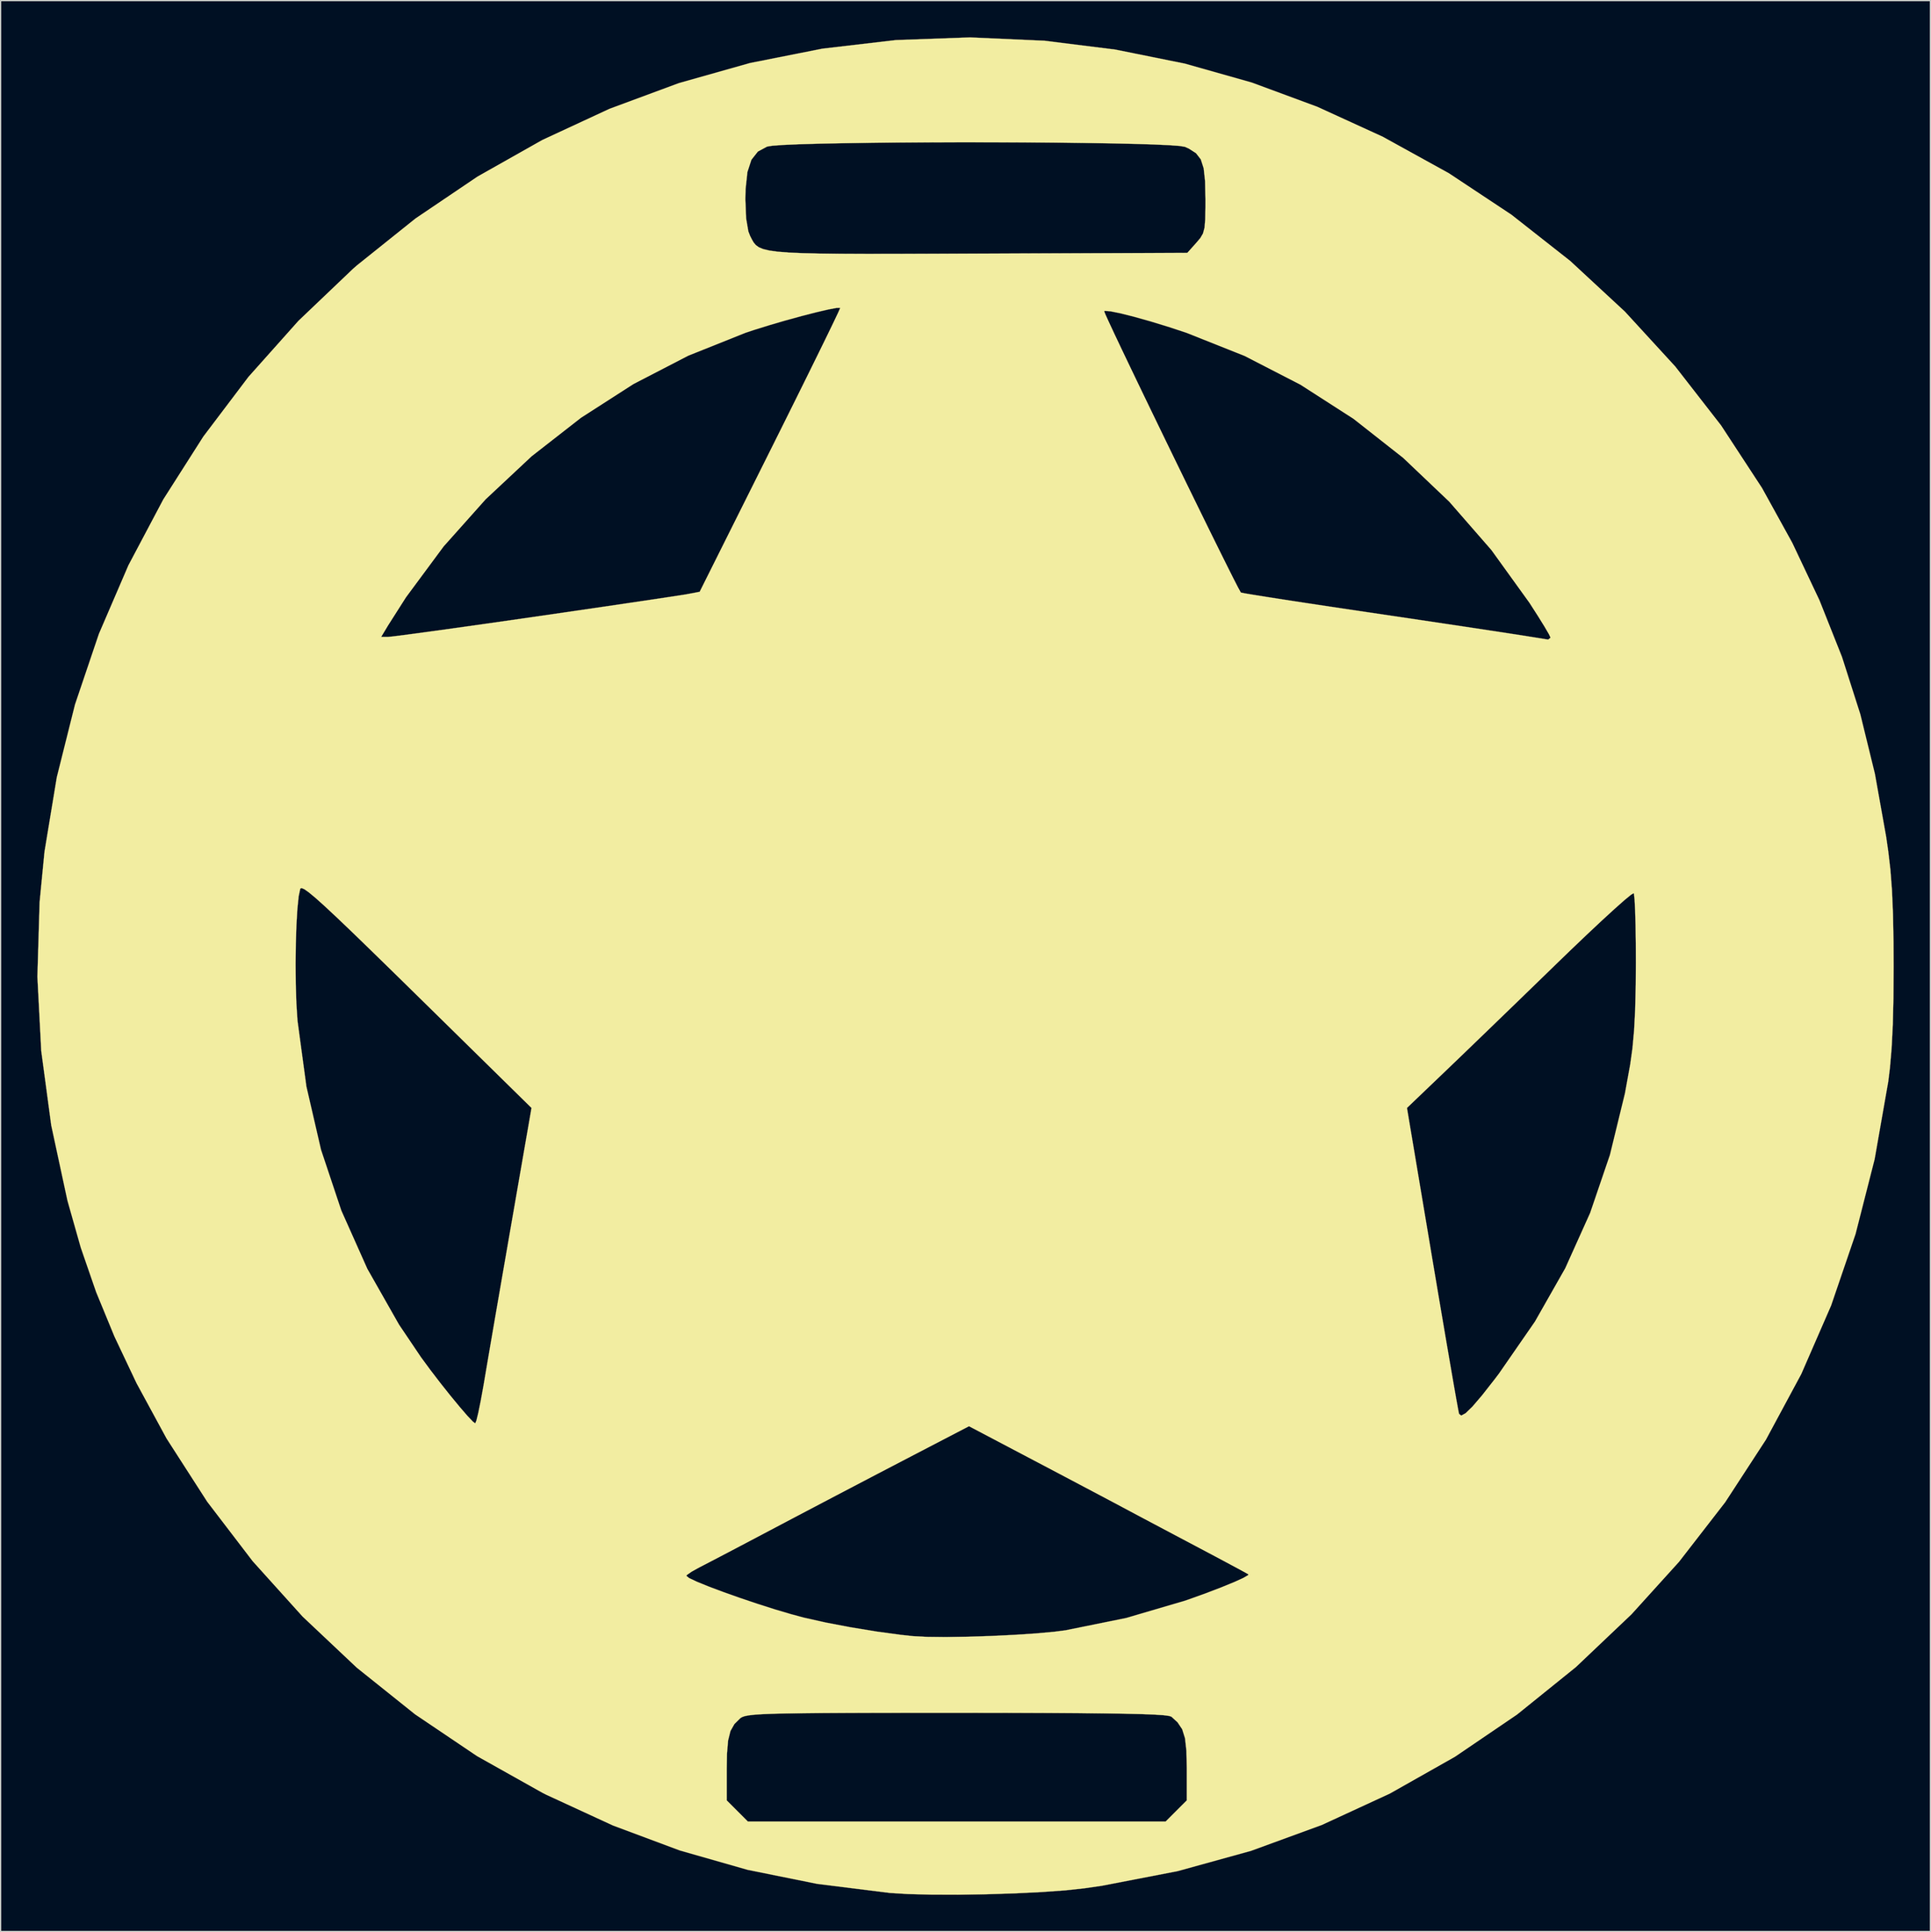
<source format=kicad_pcb>
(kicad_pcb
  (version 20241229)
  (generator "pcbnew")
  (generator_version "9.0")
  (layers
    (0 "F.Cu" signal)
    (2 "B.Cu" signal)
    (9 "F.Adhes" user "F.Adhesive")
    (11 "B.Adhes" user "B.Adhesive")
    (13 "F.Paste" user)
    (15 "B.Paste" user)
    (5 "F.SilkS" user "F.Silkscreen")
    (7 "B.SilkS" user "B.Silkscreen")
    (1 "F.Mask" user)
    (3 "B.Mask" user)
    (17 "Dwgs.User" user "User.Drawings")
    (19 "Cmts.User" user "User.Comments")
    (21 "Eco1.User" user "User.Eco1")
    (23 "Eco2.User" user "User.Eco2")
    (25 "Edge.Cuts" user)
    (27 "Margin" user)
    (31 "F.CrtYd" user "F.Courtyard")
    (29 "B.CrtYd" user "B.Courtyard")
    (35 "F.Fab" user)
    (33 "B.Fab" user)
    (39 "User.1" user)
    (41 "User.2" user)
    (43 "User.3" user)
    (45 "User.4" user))
  (footprint "PCB_Shape_01_100dpi"
    (layer "F.Cu")
    (at 75.89 75.901)
    (property "Reference" "PCB_Shape_01_100dpi" (at 0 0 0) (layer "F.SilkS") (effects (font (size 1.524 1.524) (thickness 0.3))))
    (attr through_hole)
    (fp_poly (pts (xy 6.409 -75.623) (xy 12.192 -74.902) (xy 17.871 -73.755) (xy 23.338 -72.209) (xy 28.694 -70.229) (xy 34.036 -67.786) (xy 39.444 -64.802) (xy 44.56 -61.412) (xy 49.362 -57.637) (xy 53.832 -53.496) (xy 57.948 -49.01) (xy 61.69 -44.2) (xy 65.037 -39.085) (xy 67.508 -34.608) (xy 69.733 -29.907) (xy 71.573 -25.28) (xy 73.069 -20.601) (xy 74.259 -15.743) (xy 75.183 -10.581) (xy 75.353 -9.398) (xy 75.528 -7.895) (xy 75.656 -6.225) (xy 75.739 -4.296) (xy 75.783 -2.02) (xy 75.793 0) (xy 75.776 2.602) (xy 75.723 4.787) (xy 75.629 6.645) (xy 75.491 8.267) (xy 75.353 9.398) (xy 74.237 15.751) (xy 72.68 21.85) (xy 70.682 27.698) (xy 68.242 33.298) (xy 65.358 38.653) (xy 62.028 43.766) (xy 58.252 48.638) (xy 54.369 52.925) (xy 49.833 57.23) (xy 45.023 61.109) (xy 39.952 64.556) (xy 34.63 67.565) (xy 29.071 70.13) (xy 23.285 72.245) (xy 17.285 73.904) (xy 11.082 75.102) (xy 9.652 75.308) (xy 8.091 75.476) (xy 6.155 75.614) (xy 3.97 75.721) (xy 1.662 75.794) (xy -0.642 75.83) (xy -2.816 75.825) (xy -4.732 75.777) (xy -6.223 75.686) (xy -12.156 74.946) (xy -17.853 73.796) (xy -23.393 72.213) (xy -28.854 70.174) (xy -34.313 67.657) (xy -34.608 67.508) (xy -38.115 65.541) (xy -19.558 65.541) (xy -19.558 68.123) (xy -17.831 69.85) (xy 16.307 69.85) (xy 17.17 68.986) (xy 18.034 68.123) (xy 18.034 65.487) (xy 18.003 64.071) (xy 17.889 63.049) (xy 17.658 62.31) (xy 17.276 61.742) (xy 16.776 61.286) (xy 16.574 61.221) (xy 16.126 61.165) (xy 15.403 61.118) (xy 14.376 61.078) (xy 13.019 61.046) (xy 11.302 61.02) (xy 9.198 61) (xy 6.677 60.987) (xy 3.713 60.978) (xy 0.277 60.974) (xy -0.762 60.974) (xy -4.145 60.974) (xy -7.057 60.976) (xy -9.534 60.982) (xy -11.613 60.991) (xy -13.33 61.005) (xy -14.722 61.025) (xy -15.826 61.051) (xy -16.677 61.085) (xy -17.314 61.128) (xy -17.771 61.18) (xy -18.086 61.242) (xy -18.296 61.315) (xy -18.436 61.4) (xy -18.449 61.41) (xy -18.93 61.886) (xy -19.254 62.459) (xy -19.447 63.237) (xy -19.538 64.325) (xy -19.558 65.541) (xy -38.115 65.541) (xy -39.961 64.505) (xy -45.027 61.09) (xy -49.784 57.284) (xy -54.213 53.108) (xy -57.215 49.779) (xy -22.86 49.779) (xy -22.631 49.961) (xy -21.997 50.261) (xy -21.042 50.65) (xy -19.847 51.099) (xy -18.494 51.579) (xy -17.066 52.06) (xy -15.645 52.514) (xy -14.312 52.91) (xy -13.267 53.191) (xy -11.508 53.587) (xy -9.457 53.978) (xy -7.331 54.327) (xy -5.345 54.598) (xy -4.318 54.708) (xy -3.179 54.766) (xy -1.662 54.78) (xy 0.108 54.754) (xy 2.002 54.694) (xy 3.896 54.603) (xy 5.661 54.488) (xy 7.17 54.352) (xy 8.128 54.229) (xy 13.072 53.227) (xy 17.881 51.815) (xy 18.181 51.712) (xy 19.586 51.207) (xy 20.848 50.724) (xy 21.894 50.296) (xy 22.649 49.953) (xy 23.04 49.727) (xy 23.072 49.662) (xy 22.831 49.524) (xy 22.212 49.187) (xy 21.287 48.691) (xy 20.128 48.073) (xy 18.805 47.372) (xy 18.796 47.367) (xy 17.317 46.585) (xy 15.853 45.809) (xy 14.519 45.102) (xy 13.43 44.523) (xy 12.827 44.201) (xy 12.083 43.804) (xy 10.98 43.22) (xy 9.61 42.496) (xy 8.066 41.68) (xy 6.437 40.821) (xy 5.644 40.404) (xy 0.239 37.558) (xy -4.008 39.767) (xy -7.265 41.464) (xy -10.524 43.17) (xy -13.935 44.962) (xy -17.644 46.919) (xy -17.653 46.924) (xy -18.888 47.574) (xy -20.062 48.19) (xy -21.051 48.706) (xy -21.73 49.057) (xy -21.78 49.082) (xy -22.412 49.432) (xy -22.801 49.701) (xy -22.86 49.779) (xy -57.215 49.779) (xy -58.294 48.581) (xy -62.007 43.725) (xy -65.33 38.559) (xy -67.786 34.036) (xy -69.587 30.231) (xy -71.082 26.602) (xy -72.335 22.978) (xy -73.411 19.187) (xy -73.437 19.084) (xy -74.753 12.975) (xy -75.569 6.904) (xy -75.885 0.84) (xy -75.854 -0.195) (xy -54.786 -0.195) (xy -54.772 1.452) (xy -54.723 3.004) (xy -54.637 4.359) (xy -54.629 4.445) (xy -53.904 9.806) (xy -52.711 14.97) (xy -51.052 19.935) (xy -48.926 24.699) (xy -46.335 29.26) (xy -44.54 31.922) (xy -43.787 32.945) (xy -42.967 34.015) (xy -42.143 35.052) (xy -41.379 35.978) (xy -40.741 36.717) (xy -40.29 37.189) (xy -40.108 37.323) (xy -40.012 37.094) (xy -39.857 36.455) (xy -39.662 35.501) (xy -39.448 34.324) (xy -39.409 34.099) (xy -39.238 33.089) (xy -39.064 32.069) (xy -38.878 30.983) (xy -38.671 29.776) (xy -38.432 28.391) (xy -38.152 26.772) (xy -37.821 24.864) (xy -37.43 22.609) (xy -36.968 19.952) (xy -36.569 17.653) (xy -35.509 11.557) (xy 36.025 11.557) (xy 38.094 23.876) (xy 38.506 26.322) (xy 38.896 28.62) (xy 39.254 30.722) (xy 39.573 32.577) (xy 39.843 34.136) (xy 40.056 35.349) (xy 40.204 36.166) (xy 40.278 36.538) (xy 40.281 36.551) (xy 40.461 36.687) (xy 40.82 36.494) (xy 41.38 35.949) (xy 42.166 35.03) (xy 43.198 33.714) (xy 43.539 33.264) (xy 46.482 29.013) (xy 48.959 24.655) (xy 50.995 20.132) (xy 52.613 15.388) (xy 53.838 10.367) (xy 54.267 8.001) (xy 54.453 6.664) (xy 54.586 5.199) (xy 54.673 3.504) (xy 54.719 1.478) (xy 54.73 -0.296) (xy 54.724 -1.921) (xy 54.703 -3.372) (xy 54.669 -4.574) (xy 54.625 -5.451) (xy 54.574 -5.925) (xy 54.552 -5.985) (xy 54.333 -5.859) (xy 53.795 -5.417) (xy 52.984 -4.698) (xy 51.942 -3.743) (xy 50.714 -2.591) (xy 49.343 -1.283) (xy 48.382 -0.354) (xy 46.753 1.227) (xy 45.075 2.854) (xy 43.425 4.45) (xy 41.884 5.938) (xy 40.529 7.244) (xy 39.439 8.291) (xy 39.211 8.509) (xy 36.025 11.557) (xy -35.509 11.557) (xy -44.868 2.363) (xy -46.991 0.282) (xy -48.781 -1.464) (xy -50.265 -2.901) (xy -51.473 -4.053) (xy -52.429 -4.945) (xy -53.161 -5.601) (xy -53.698 -6.046) (xy -54.064 -6.306) (xy -54.288 -6.404) (xy -54.397 -6.366) (xy -54.407 -6.345) (xy -54.536 -5.728) (xy -54.641 -4.704) (xy -54.719 -3.373) (xy -54.768 -1.837) (xy -54.786 -0.195) (xy -75.854 -0.195) (xy -75.704 -5.247) (xy -75.303 -9.381) (xy -74.298 -15.456) (xy -72.81 -21.398) (xy -70.941 -26.924) (xy -47.793 -26.924) (xy -47.212 -26.924) (xy -46.847 -26.96) (xy -46.032 -27.061) (xy -44.821 -27.222) (xy -43.268 -27.434) (xy -41.425 -27.69) (xy -39.346 -27.983) (xy -37.084 -28.305) (xy -35.19 -28.578) (xy -32.802 -28.924) (xy -30.54 -29.254) (xy -28.458 -29.559) (xy -26.614 -29.832) (xy -25.063 -30.063) (xy -23.86 -30.245) (xy -23.061 -30.369) (xy -22.759 -30.42) (xy -21.769 -30.607) (xy -15.993 -42.164) (xy -14.873 -44.41) (xy -13.827 -46.515) (xy -12.877 -48.435) (xy -12.043 -50.129) (xy -11.346 -51.553) (xy -10.808 -52.664) (xy -10.45 -53.42) (xy -10.401 -53.532) (xy 11.283 -53.532) (xy 11.373 -53.295) (xy 11.663 -52.655) (xy 12.125 -51.665) (xy 12.735 -50.378) (xy 13.468 -48.846) (xy 14.296 -47.122) (xy 15.196 -45.259) (xy 16.14 -43.309) (xy 17.104 -41.325) (xy 18.062 -39.36) (xy 18.988 -37.467) (xy 19.856 -35.698) (xy 20.642 -34.107) (xy 21.319 -32.745) (xy 21.861 -31.665) (xy 22.244 -30.921) (xy 22.441 -30.566) (xy 22.456 -30.545) (xy 22.719 -30.49) (xy 23.431 -30.369) (xy 24.539 -30.192) (xy 25.989 -29.966) (xy 27.729 -29.699) (xy 29.706 -29.401) (xy 31.865 -29.078) (xy 32.8 -28.94) (xy 36.177 -28.44) (xy 39.083 -28.007) (xy 41.547 -27.637) (xy 43.603 -27.325) (xy 45.28 -27.067) (xy 46.609 -26.857) (xy 47.562 -26.702) (xy 47.751 -26.853) (xy 47.752 -26.874) (xy 47.62 -27.153) (xy 47.261 -27.767) (xy 46.728 -28.627) (xy 46.074 -29.646) (xy 46.018 -29.731) (xy 42.923 -34.023) (xy 39.48 -37.97) (xy 35.715 -41.549) (xy 31.656 -44.74) (xy 27.329 -47.522) (xy 22.761 -49.874) (xy 18.024 -51.759) (xy 16.528 -52.253) (xy 15.075 -52.697) (xy 13.747 -53.071) (xy 12.627 -53.353) (xy 11.796 -53.521) (xy 11.338 -53.554) (xy 11.283 -53.532) (xy -10.401 -53.532) (xy -10.293 -53.776) (xy -10.288 -53.799) (xy -10.577 -53.797) (xy -11.26 -53.67) (xy -12.242 -53.441) (xy -13.432 -53.135) (xy -14.737 -52.777) (xy -16.064 -52.39) (xy -17.32 -51.999) (xy -18.034 -51.762) (xy -22.691 -49.9) (xy -27.18 -47.578) (xy -31.462 -44.827) (xy -35.5 -41.678) (xy -39.256 -38.163) (xy -42.691 -34.313) (xy -45.767 -30.158) (xy -47.22 -27.877) (xy -47.793 -26.924) (xy -70.941 -26.924) (xy -70.854 -27.179) (xy -68.445 -32.773) (xy -65.596 -38.152) (xy -62.322 -43.291) (xy -58.637 -48.163) (xy -54.555 -52.739) (xy -50.09 -56.995) (xy -49.784 -57.263) (xy -44.981 -61.107) (xy -42.679 -62.662) (xy -18.034 -62.662) (xy -17.973 -61.115) (xy -17.791 -60.047) (xy -17.65 -59.684) (xy -17.503 -59.394) (xy -17.359 -59.145) (xy -17.181 -58.932) (xy -16.934 -58.753) (xy -16.581 -58.605) (xy -16.086 -58.486) (xy -15.412 -58.393) (xy -14.524 -58.323) (xy -13.385 -58.272) (xy -11.958 -58.239) (xy -10.209 -58.221) (xy -8.1 -58.214) (xy -5.595 -58.216) (xy -2.658 -58.224) (xy 0.748 -58.236) (xy 1.1 -58.237) (xy 18.076 -58.293) (xy 18.817 -59.123) (xy 19.145 -59.512) (xy 19.358 -59.877) (xy 19.481 -60.338) (xy 19.54 -61.011) (xy 19.557 -62.014) (xy 19.558 -62.685) (xy 19.528 -64.148) (xy 19.415 -65.198) (xy 19.18 -65.93) (xy 18.788 -66.436) (xy 18.202 -66.812) (xy 17.882 -66.956) (xy 17.455 -67.028) (xy 16.574 -67.092) (xy 15.292 -67.149) (xy 13.662 -67.198) (xy 11.737 -67.239) (xy 9.571 -67.272) (xy 7.217 -67.297) (xy 4.728 -67.315) (xy 2.159 -67.324) (xy -0.439 -67.326) (xy -3.01 -67.319) (xy -5.503 -67.305) (xy -7.864 -67.282) (xy -10.039 -67.251) (xy -11.975 -67.213) (xy -13.619 -67.166) (xy -14.918 -67.111) (xy -15.817 -67.047) (xy -16.256 -66.978) (xy -17.014 -66.569) (xy -17.542 -65.898) (xy -17.867 -64.9) (xy -18.016 -63.511) (xy -18.034 -62.662) (xy -42.679 -62.662) (xy -39.918 -64.527) (xy -34.625 -67.515) (xy -29.131 -70.063) (xy -23.466 -72.161) (xy -17.659 -73.801) (xy -11.738 -74.976) (xy -5.734 -75.677) (xy 0.325 -75.896) (xy 6.409 -75.623)) (stroke (width 0.01) (type solid)) (fill yes) (layer "F.SilkS")))
  (gr_rect
    (start -3 -3)
    (end 154.688 154.735)
    (stroke (width 0.1) (type default))
    (fill no)
    (layer "Edge.Cuts")))
</source>
